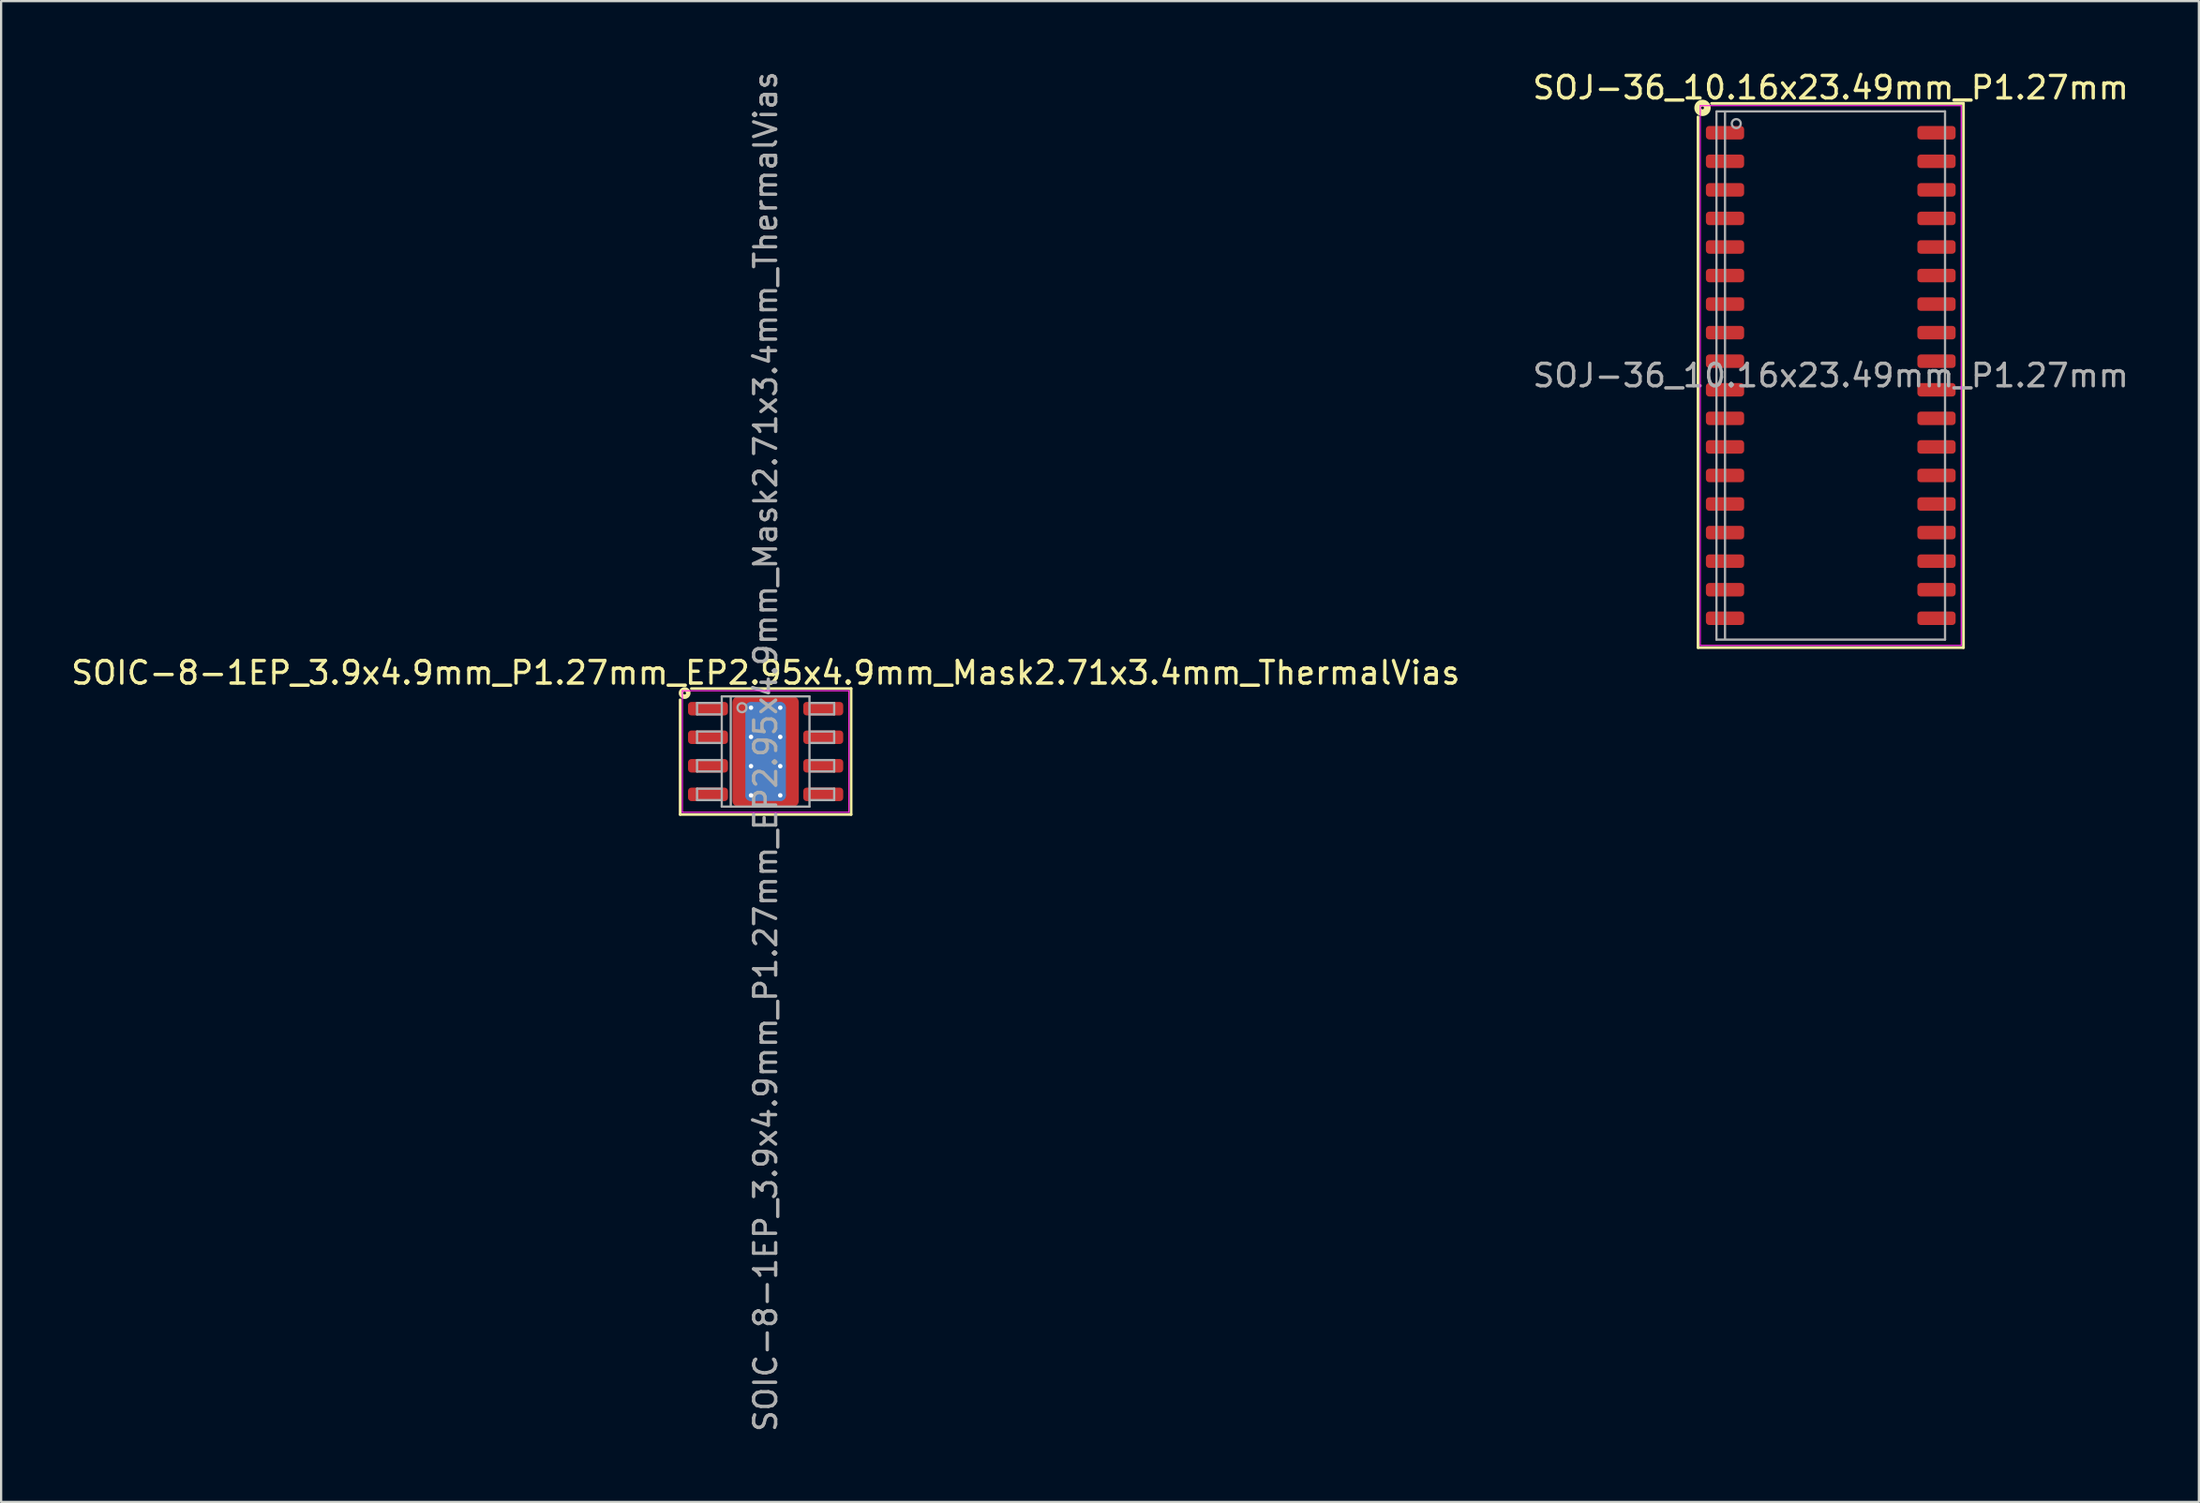
<source format=kicad_pcb>
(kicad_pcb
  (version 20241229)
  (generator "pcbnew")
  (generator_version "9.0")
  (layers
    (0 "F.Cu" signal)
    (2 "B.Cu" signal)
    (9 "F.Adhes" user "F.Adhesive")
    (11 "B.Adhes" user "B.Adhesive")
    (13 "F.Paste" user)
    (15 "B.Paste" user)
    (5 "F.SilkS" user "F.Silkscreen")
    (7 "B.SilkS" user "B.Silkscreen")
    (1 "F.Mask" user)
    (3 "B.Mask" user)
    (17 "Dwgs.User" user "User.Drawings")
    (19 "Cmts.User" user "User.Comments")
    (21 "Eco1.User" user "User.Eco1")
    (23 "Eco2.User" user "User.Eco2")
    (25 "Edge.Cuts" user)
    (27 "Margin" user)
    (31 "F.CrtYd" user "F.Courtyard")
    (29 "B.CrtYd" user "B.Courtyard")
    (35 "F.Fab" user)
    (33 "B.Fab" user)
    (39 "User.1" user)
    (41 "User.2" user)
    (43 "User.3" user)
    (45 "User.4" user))
  (footprint "SOJ-36_10.16x23.49mm_P1.27mm"
    (layer "F.Cu")
    (at 78.327 13.647)
    (property "Reference" "SOJ-36_10.16x23.49mm_P1.27mm" (at 0 -12.799 0) (layer "F.SilkS") (effects (font (size 1 1) (thickness 0.15))))
    (attr smd)
    (fp_line (start -5.9 -11.5) (end -5.9 12.1) (stroke (width 0.12) (type solid)) (layer "F.SilkS"))
    (fp_line (start -5.9 12.1) (end 5.9 12.1) (stroke (width 0.12) (type solid)) (layer "F.SilkS"))
    (fp_line (start 5.9 -12.1) (end -5.3 -12.1) (stroke (width 0.12) (type solid)) (layer "F.SilkS"))
    (fp_line (start 5.9 12.1) (end 5.9 -12.1) (stroke (width 0.12) (type solid)) (layer "F.SilkS"))
    (fp_circle (center -5.7 -11.9) (end -5.636 -11.9) (stroke (width 0.3) (type solid)) (fill no) (layer "F.SilkS"))
    (fp_line (start -5.8 -12) (end -5.8 12) (stroke (width 0.05) (type solid)) (layer "F.CrtYd"))
    (fp_line (start -5.8 12) (end 5.8 12) (stroke (width 0.05) (type solid)) (layer "F.CrtYd"))
    (fp_line (start 5.8 -12) (end -5.8 -12) (stroke (width 0.05) (type solid)) (layer "F.CrtYd"))
    (fp_line (start 5.8 12) (end 5.8 -12) (stroke (width 0.05) (type solid)) (layer "F.CrtYd"))
    (fp_line (start -5.08 11.745) (end -5.08 -11.74) (stroke (width 0.1) (type solid)) (layer "F.Fab"))
    (fp_line (start -5.07 -11.745) (end 5.08 -11.745) (stroke (width 0.1) (type solid)) (layer "F.Fab"))
    (fp_line (start -4.7 -11.7) (end -4.7 11.7) (stroke (width 0.1) (type solid)) (layer "F.Fab"))
    (fp_line (start 5.08 -11.745) (end 5.08 11.745) (stroke (width 0.1) (type solid)) (layer "F.Fab"))
    (fp_line (start 5.08 11.745) (end -5.08 11.745) (stroke (width 0.1) (type solid)) (layer "F.Fab"))
    (fp_circle (center -4.2 -11.2) (end -4 -11.2) (stroke (width 0.1) (type solid)) (fill no) (layer "F.Fab"))
    (fp_text user "${REFERENCE}" (at 0 0 0) (layer "F.Fab") (effects (font (size 1 1) (thickness 0.15))))
    (pad "1" smd roundrect (at -4.7 -10.795) (size 1.7 0.6) (layers "F.Cu" "F.Mask" "F.Paste") (roundrect_rratio 0.25))
    (pad "2" smd roundrect (at -4.7 -9.525) (size 1.7 0.6) (layers "F.Cu" "F.Mask" "F.Paste") (roundrect_rratio 0.25))
    (pad "3" smd roundrect (at -4.7 -8.255) (size 1.7 0.6) (layers "F.Cu" "F.Mask" "F.Paste") (roundrect_rratio 0.25))
    (pad "4" smd roundrect (at -4.7 -6.985) (size 1.7 0.6) (layers "F.Cu" "F.Mask" "F.Paste") (roundrect_rratio 0.25))
    (pad "5" smd roundrect (at -4.7 -5.715) (size 1.7 0.6) (layers "F.Cu" "F.Mask" "F.Paste") (roundrect_rratio 0.25))
    (pad "6" smd roundrect (at -4.7 -4.445) (size 1.7 0.6) (layers "F.Cu" "F.Mask" "F.Paste") (roundrect_rratio 0.25))
    (pad "7" smd roundrect (at -4.7 -3.175) (size 1.7 0.6) (layers "F.Cu" "F.Mask" "F.Paste") (roundrect_rratio 0.25))
    (pad "8" smd roundrect (at -4.7 -1.905) (size 1.7 0.6) (layers "F.Cu" "F.Mask" "F.Paste") (roundrect_rratio 0.25))
    (pad "9" smd roundrect (at -4.7 -0.635) (size 1.7 0.6) (layers "F.Cu" "F.Mask" "F.Paste") (roundrect_rratio 0.25))
    (pad "10" smd roundrect (at -4.7 0.635) (size 1.7 0.6) (layers "F.Cu" "F.Mask" "F.Paste") (roundrect_rratio 0.25))
    (pad "11" smd roundrect (at -4.7 1.905) (size 1.7 0.6) (layers "F.Cu" "F.Mask" "F.Paste") (roundrect_rratio 0.25))
    (pad "12" smd roundrect (at -4.7 3.175) (size 1.7 0.6) (layers "F.Cu" "F.Mask" "F.Paste") (roundrect_rratio 0.25))
    (pad "13" smd roundrect (at -4.7 4.445) (size 1.7 0.6) (layers "F.Cu" "F.Mask" "F.Paste") (roundrect_rratio 0.25))
    (pad "14" smd roundrect (at -4.7 5.715) (size 1.7 0.6) (layers "F.Cu" "F.Mask" "F.Paste") (roundrect_rratio 0.25))
    (pad "15" smd roundrect (at -4.7 6.985) (size 1.7 0.6) (layers "F.Cu" "F.Mask" "F.Paste") (roundrect_rratio 0.25))
    (pad "16" smd roundrect (at -4.7 8.255) (size 1.7 0.6) (layers "F.Cu" "F.Mask" "F.Paste") (roundrect_rratio 0.25))
    (pad "17" smd roundrect (at -4.7 9.525) (size 1.7 0.6) (layers "F.Cu" "F.Mask" "F.Paste") (roundrect_rratio 0.25))
    (pad "18" smd roundrect (at -4.7 10.795) (size 1.7 0.6) (layers "F.Cu" "F.Mask" "F.Paste") (roundrect_rratio 0.25))
    (pad "19" smd roundrect (at 4.7 10.795) (size 1.7 0.6) (layers "F.Cu" "F.Mask" "F.Paste") (roundrect_rratio 0.25))
    (pad "20" smd roundrect (at 4.7 9.525) (size 1.7 0.6) (layers "F.Cu" "F.Mask" "F.Paste") (roundrect_rratio 0.25))
    (pad "21" smd roundrect (at 4.7 8.255) (size 1.7 0.6) (layers "F.Cu" "F.Mask" "F.Paste") (roundrect_rratio 0.25))
    (pad "22" smd roundrect (at 4.7 6.985) (size 1.7 0.6) (layers "F.Cu" "F.Mask" "F.Paste") (roundrect_rratio 0.25))
    (pad "23" smd roundrect (at 4.7 5.715) (size 1.7 0.6) (layers "F.Cu" "F.Mask" "F.Paste") (roundrect_rratio 0.25))
    (pad "24" smd roundrect (at 4.7 4.445) (size 1.7 0.6) (layers "F.Cu" "F.Mask" "F.Paste") (roundrect_rratio 0.25))
    (pad "25" smd roundrect (at 4.7 3.175) (size 1.7 0.6) (layers "F.Cu" "F.Mask" "F.Paste") (roundrect_rratio 0.25))
    (pad "26" smd roundrect (at 4.7 1.905) (size 1.7 0.6) (layers "F.Cu" "F.Mask" "F.Paste") (roundrect_rratio 0.25))
    (pad "27" smd roundrect (at 4.7 0.635) (size 1.7 0.6) (layers "F.Cu" "F.Mask" "F.Paste") (roundrect_rratio 0.25))
    (pad "28" smd roundrect (at 4.7 -0.635) (size 1.7 0.6) (layers "F.Cu" "F.Mask" "F.Paste") (roundrect_rratio 0.25))
    (pad "29" smd roundrect (at 4.7 -1.905) (size 1.7 0.6) (layers "F.Cu" "F.Mask" "F.Paste") (roundrect_rratio 0.25))
    (pad "30" smd roundrect (at 4.7 -3.175) (size 1.7 0.6) (layers "F.Cu" "F.Mask" "F.Paste") (roundrect_rratio 0.25))
    (pad "31" smd roundrect (at 4.7 -4.445) (size 1.7 0.6) (layers "F.Cu" "F.Mask" "F.Paste") (roundrect_rratio 0.25))
    (pad "32" smd roundrect (at 4.7 -5.715) (size 1.7 0.6) (layers "F.Cu" "F.Mask" "F.Paste") (roundrect_rratio 0.25))
    (pad "33" smd roundrect (at 4.7 -6.985) (size 1.7 0.6) (layers "F.Cu" "F.Mask" "F.Paste") (roundrect_rratio 0.25))
    (pad "34" smd roundrect (at 4.7 -8.255) (size 1.7 0.6) (layers "F.Cu" "F.Mask" "F.Paste") (roundrect_rratio 0.25))
    (pad "35" smd roundrect (at 4.7 -9.525) (size 1.7 0.6) (layers "F.Cu" "F.Mask" "F.Paste") (roundrect_rratio 0.25))
    (pad "36" smd roundrect (at 4.7 -10.795) (size 1.7 0.6) (layers "F.Cu" "F.Mask" "F.Paste") (roundrect_rratio 0.25)))
  (footprint "SOIC-8-1EP_3.9x4.9mm_P1.27mm_EP2.95x4.9mm_Mask2.71x3.4mm_ThermalVias"
    (layer "F.Cu")
    (at 30.982 30.367)
    (property "Reference" "SOIC-8-1EP_3.9x4.9mm_P1.27mm_EP2.95x4.9mm_Mask2.71x3.4mm_ThermalVias" (at 0 -3.5 0) (layer "F.SilkS") (effects (font (size 1 1) (thickness 0.15))))
    (attr smd)
    (fp_line (start -3.8 -2.3) (end -3.8 2.8) (stroke (width 0.12) (type solid)) (layer "F.SilkS"))
    (fp_line (start -3.8 2.8) (end 3.8 2.8) (stroke (width 0.12) (type solid)) (layer "F.SilkS"))
    (fp_line (start 3.8 -2.8) (end -3.3 -2.8) (stroke (width 0.12) (type solid)) (layer "F.SilkS"))
    (fp_line (start 3.8 2.8) (end 3.8 -2.8) (stroke (width 0.12) (type solid)) (layer "F.SilkS"))
    (fp_circle (center -3.6 -2.6) (end -3.537 -2.6) (stroke (width 0.2) (type solid)) (fill no) (layer "F.SilkS"))
    (fp_line (start -3.7 -2.7) (end -3.7 2.7) (stroke (width 0.05) (type solid)) (layer "F.CrtYd"))
    (fp_line (start -3.7 2.7) (end 3.7 2.7) (stroke (width 0.05) (type solid)) (layer "F.CrtYd"))
    (fp_line (start 3.7 -2.7) (end -3.7 -2.7) (stroke (width 0.05) (type solid)) (layer "F.CrtYd"))
    (fp_line (start 3.7 2.7) (end 3.7 -2.7) (stroke (width 0.05) (type solid)) (layer "F.CrtYd"))
    (fp_line (start -3.048 -2.159) (end -3.048 -1.651) (stroke (width 0.1) (type solid)) (layer "F.Fab"))
    (fp_line (start -3.048 -2.159) (end -1.968 -2.159) (stroke (width 0.1) (type solid)) (layer "F.Fab"))
    (fp_line (start -3.048 -1.651) (end -1.968 -1.651) (stroke (width 0.1) (type solid)) (layer "F.Fab"))
    (fp_line (start -3.048 -0.889) (end -3.048 -0.381) (stroke (width 0.1) (type solid)) (layer "F.Fab"))
    (fp_line (start -3.048 -0.889) (end -1.968 -0.889) (stroke (width 0.1) (type solid)) (layer "F.Fab"))
    (fp_line (start -3.048 -0.381) (end -1.968 -0.381) (stroke (width 0.1) (type solid)) (layer "F.Fab"))
    (fp_line (start -3.048 0.381) (end -3.048 0.889) (stroke (width 0.1) (type solid)) (layer "F.Fab"))
    (fp_line (start -3.048 0.381) (end -1.968 0.381) (stroke (width 0.1) (type solid)) (layer "F.Fab"))
    (fp_line (start -3.048 0.889) (end -1.968 0.889) (stroke (width 0.1) (type solid)) (layer "F.Fab"))
    (fp_line (start -3.048 1.651) (end -3.048 2.159) (stroke (width 0.1) (type solid)) (layer "F.Fab"))
    (fp_line (start -3.048 1.651) (end -1.968 1.651) (stroke (width 0.1) (type solid)) (layer "F.Fab"))
    (fp_line (start -3.048 2.159) (end -1.968 2.159) (stroke (width 0.1) (type solid)) (layer "F.Fab"))
    (fp_line (start -1.95 -2.45) (end 1.95 -2.45) (stroke (width 0.1) (type solid)) (layer "F.Fab"))
    (fp_line (start -1.95 2.45) (end -1.95 -2.45) (stroke (width 0.1) (type solid)) (layer "F.Fab"))
    (fp_line (start -1.55 -2.45) (end -1.55 2.45) (stroke (width 0.1) (type solid)) (layer "F.Fab"))
    (fp_line (start 1.95 -2.45) (end 1.95 2.45) (stroke (width 0.1) (type solid)) (layer "F.Fab"))
    (fp_line (start 1.95 2.45) (end -1.95 2.45) (stroke (width 0.1) (type solid)) (layer "F.Fab"))
    (fp_line (start 3.048 -2.159) (end 1.968 -2.159) (stroke (width 0.1) (type solid)) (layer "F.Fab"))
    (fp_line (start 3.048 -1.651) (end 1.968 -1.651) (stroke (width 0.1) (type solid)) (layer "F.Fab"))
    (fp_line (start 3.048 -1.651) (end 3.048 -2.159) (stroke (width 0.1) (type solid)) (layer "F.Fab"))
    (fp_line (start 3.048 -0.889) (end 1.968 -0.889) (stroke (width 0.1) (type solid)) (layer "F.Fab"))
    (fp_line (start 3.048 -0.381) (end 1.968 -0.381) (stroke (width 0.1) (type solid)) (layer "F.Fab"))
    (fp_line (start 3.048 -0.381) (end 3.048 -0.889) (stroke (width 0.1) (type solid)) (layer "F.Fab"))
    (fp_line (start 3.048 0.381) (end 1.968 0.381) (stroke (width 0.1) (type solid)) (layer "F.Fab"))
    (fp_line (start 3.048 0.889) (end 1.968 0.889) (stroke (width 0.1) (type solid)) (layer "F.Fab"))
    (fp_line (start 3.048 0.889) (end 3.048 0.381) (stroke (width 0.1) (type solid)) (layer "F.Fab"))
    (fp_line (start 3.048 1.651) (end 1.968 1.651) (stroke (width 0.1) (type solid)) (layer "F.Fab"))
    (fp_line (start 3.048 2.159) (end 1.968 2.159) (stroke (width 0.1) (type solid)) (layer "F.Fab"))
    (fp_line (start 3.048 2.159) (end 3.048 1.651) (stroke (width 0.1) (type solid)) (layer "F.Fab"))
    (fp_circle (center -1.05 -1.95) (end -0.85 -1.95) (stroke (width 0.1) (type solid)) (fill no) (layer "F.Fab"))
    (fp_text user "${REFERENCE}" (at 0 0 90) (layer "F.Fab") (effects (font (size 0.98 0.98) (thickness 0.15))))
    (pad "" smd roundrect (at -0.68 -0.85) (size 1.13 1.42) (layers "F.Paste") (roundrect_rratio 0.221))
    (pad "" smd roundrect (at -0.68 0.85) (size 1.13 1.42) (layers "F.Paste") (roundrect_rratio 0.221))
    (pad "" smd roundrect (at 0 0) (size 2.71 3.4) (layers "F.Mask") (roundrect_rratio 0.092))
    (pad "" smd roundrect (at 0.68 -0.85) (size 1.13 1.42) (layers "F.Paste") (roundrect_rratio 0.221))
    (pad "" smd roundrect (at 0.68 0.85) (size 1.13 1.42) (layers "F.Paste") (roundrect_rratio 0.221))
    (pad "1" smd roundrect (at -2.562 -1.905) (size 1.775 0.6) (layers "F.Cu" "F.Mask" "F.Paste") (roundrect_rratio 0.25))
    (pad "2" smd roundrect (at -2.562 -0.635) (size 1.775 0.6) (layers "F.Cu" "F.Mask" "F.Paste") (roundrect_rratio 0.25))
    (pad "3" smd roundrect (at -2.562 0.635) (size 1.775 0.6) (layers "F.Cu" "F.Mask" "F.Paste") (roundrect_rratio 0.25))
    (pad "4" smd roundrect (at -2.562 1.905) (size 1.775 0.6) (layers "F.Cu" "F.Mask" "F.Paste") (roundrect_rratio 0.25))
    (pad "5" smd roundrect (at 2.562 1.905) (size 1.775 0.6) (layers "F.Cu" "F.Mask" "F.Paste") (roundrect_rratio 0.25))
    (pad "6" smd roundrect (at 2.562 0.635) (size 1.775 0.6) (layers "F.Cu" "F.Mask" "F.Paste") (roundrect_rratio 0.25))
    (pad "7" smd roundrect (at 2.562 -0.635) (size 1.775 0.6) (layers "F.Cu" "F.Mask" "F.Paste") (roundrect_rratio 0.25))
    (pad "8" smd roundrect (at 2.562 -1.905) (size 1.775 0.6) (layers "F.Cu" "F.Mask" "F.Paste") (roundrect_rratio 0.25))
    (pad "9" thru_hole circle (at -0.65 -1.95) (size 0.5 0.5) (drill 0.2) (property pad_prop_heatsink) (layers "*.Cu"))
    (pad "9" thru_hole circle (at -0.65 -0.65) (size 0.5 0.5) (drill 0.2) (property pad_prop_heatsink) (layers "*.Cu"))
    (pad "9" thru_hole circle (at -0.65 0.65) (size 0.5 0.5) (drill 0.2) (property pad_prop_heatsink) (layers "*.Cu"))
    (pad "9" thru_hole circle (at -0.65 1.95) (size 0.5 0.5) (drill 0.2) (property pad_prop_heatsink) (layers "*.Cu"))
    (pad "9" smd roundrect (at 0 0) (size 1.8 4.4) (layers "B.Cu" "B.Mask") (roundrect_rratio 0.139))
    (pad "9" smd roundrect (at 0 0) (size 2.95 4.9) (layers "F.Cu") (roundrect_rratio 0.085))
    (pad "9" thru_hole circle (at 0.65 -1.95) (size 0.5 0.5) (drill 0.2) (property pad_prop_heatsink) (layers "*.Cu"))
    (pad "9" thru_hole circle (at 0.65 -0.65) (size 0.5 0.5) (drill 0.2) (property pad_prop_heatsink) (layers "*.Cu"))
    (pad "9" thru_hole circle (at 0.65 0.65) (size 0.5 0.5) (drill 0.2) (property pad_prop_heatsink) (layers "*.Cu"))
    (pad "9" thru_hole circle (at 0.65 1.95) (size 0.5 0.5) (drill 0.2) (property pad_prop_heatsink) (layers "*.Cu")))
  (gr_rect
    (start -3 -3)
    (end 94.69 63.734)
    (stroke (width 0.1) (type default))
    (fill no)
    (layer "Edge.Cuts")))
</source>
